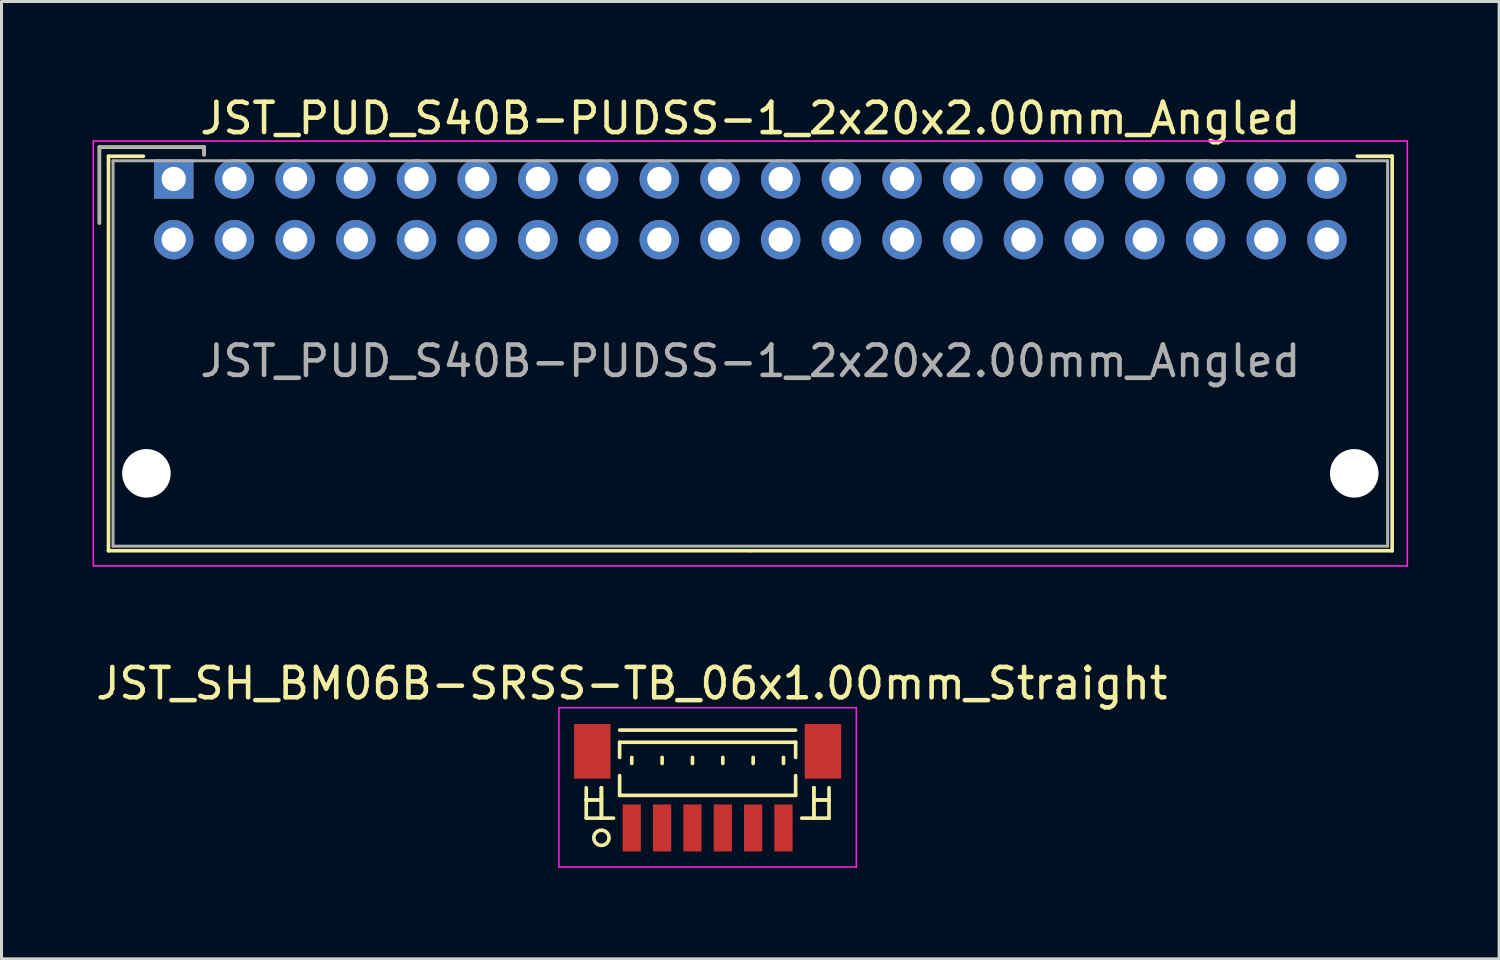
<source format=kicad_pcb>
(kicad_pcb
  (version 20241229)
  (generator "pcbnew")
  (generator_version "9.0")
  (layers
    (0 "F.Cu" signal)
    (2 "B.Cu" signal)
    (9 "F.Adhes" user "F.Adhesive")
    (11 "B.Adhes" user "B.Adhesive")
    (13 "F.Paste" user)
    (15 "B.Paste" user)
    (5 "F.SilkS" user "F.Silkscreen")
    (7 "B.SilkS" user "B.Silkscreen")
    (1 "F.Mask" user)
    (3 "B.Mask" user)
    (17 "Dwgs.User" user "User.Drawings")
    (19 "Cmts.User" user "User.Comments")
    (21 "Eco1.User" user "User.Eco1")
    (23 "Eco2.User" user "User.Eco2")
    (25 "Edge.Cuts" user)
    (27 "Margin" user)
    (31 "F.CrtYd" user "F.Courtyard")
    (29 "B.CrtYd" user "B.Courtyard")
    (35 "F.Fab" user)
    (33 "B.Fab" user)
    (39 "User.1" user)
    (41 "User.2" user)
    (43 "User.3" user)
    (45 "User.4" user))
  (footprint "JST_PUD_S40B-PUDSS-1_2x20x2.00mm_Angled"
    (layer "F.Cu")
    (at 2.675 2.848)
    (property "Reference" "JST_PUD_S40B-PUDSS-1_2x20x2.00mm_Angled" (at 19 -2 0) (layer "F.SilkS") (effects (font (size 1 1) (thickness 0.15))))
    (attr through_hole)
    (fp_line (start -2.45 -1.05) (end -2.45 1.45) (stroke (width 0.12) (type solid)) (layer "F.SilkS"))
    (fp_line (start -2.15 -0.75) (end -2.15 12.25) (stroke (width 0.12) (type solid)) (layer "F.SilkS"))
    (fp_line (start -2.15 12.25) (end 19 12.25) (stroke (width 0.12) (type solid)) (layer "F.SilkS"))
    (fp_line (start -1 -0.75) (end -2.15 -0.75) (stroke (width 0.12) (type solid)) (layer "F.SilkS"))
    (fp_line (start 1 -1.05) (end -2.45 -1.05) (stroke (width 0.12) (type solid)) (layer "F.SilkS"))
    (fp_line (start 1 -0.8) (end 1 -1.05) (stroke (width 0.12) (type solid)) (layer "F.SilkS"))
    (fp_line (start 39 -0.75) (end 40.15 -0.75) (stroke (width 0.12) (type solid)) (layer "F.SilkS"))
    (fp_line (start 40.15 -0.75) (end 40.15 12.25) (stroke (width 0.12) (type solid)) (layer "F.SilkS"))
    (fp_line (start 40.15 12.25) (end 19 12.25) (stroke (width 0.12) (type solid)) (layer "F.SilkS"))
    (fp_line (start -2.65 -1.25) (end -2.65 12.75) (stroke (width 0.05) (type solid)) (layer "F.CrtYd"))
    (fp_line (start -2.65 12.75) (end 40.65 12.75) (stroke (width 0.05) (type solid)) (layer "F.CrtYd"))
    (fp_line (start 40.65 -1.25) (end -2.65 -1.25) (stroke (width 0.05) (type solid)) (layer "F.CrtYd"))
    (fp_line (start 40.65 12.75) (end 40.65 -1.25) (stroke (width 0.05) (type solid)) (layer "F.CrtYd"))
    (fp_line (start -2.45 -1.05) (end -2.45 1.45) (stroke (width 0.1) (type solid)) (layer "F.Fab"))
    (fp_line (start -2 -0.6) (end -2 12.1) (stroke (width 0.1) (type solid)) (layer "F.Fab"))
    (fp_line (start -2 12.1) (end 40 12.1) (stroke (width 0.1) (type solid)) (layer "F.Fab"))
    (fp_line (start 1 -1.05) (end -2.45 -1.05) (stroke (width 0.1) (type solid)) (layer "F.Fab"))
    (fp_line (start 1 -0.8) (end 1 -1.05) (stroke (width 0.1) (type solid)) (layer "F.Fab"))
    (fp_line (start 40 -0.6) (end -2 -0.6) (stroke (width 0.1) (type solid)) (layer "F.Fab"))
    (fp_line (start 40 12.1) (end 40 -0.6) (stroke (width 0.1) (type solid)) (layer "F.Fab"))
    (fp_text user "${REFERENCE}" (at 19 6 0) (layer "F.Fab") (effects (font (size 1 1) (thickness 0.15))))
    (pad "" np_thru_hole circle (at -0.9 9.7) (size 1.6 1.6) (drill 1.6) (layers "*.Cu"))
    (pad "" np_thru_hole circle (at 38.9 9.7) (size 1.6 1.6) (drill 1.6) (layers "*.Cu"))
    (pad "1" thru_hole rect (at 0 0) (size 1.3 1.3) (drill 0.8) (layers "*.Cu" "*.Mask"))
    (pad "2" thru_hole circle (at 0 2) (size 1.3 1.3) (drill 0.8) (layers "*.Cu" "*.Mask"))
    (pad "3" thru_hole circle (at 2 0) (size 1.3 1.3) (drill 0.8) (layers "*.Cu" "*.Mask"))
    (pad "4" thru_hole circle (at 2 2) (size 1.3 1.3) (drill 0.8) (layers "*.Cu" "*.Mask"))
    (pad "5" thru_hole circle (at 4 0) (size 1.3 1.3) (drill 0.8) (layers "*.Cu" "*.Mask"))
    (pad "6" thru_hole circle (at 4 2) (size 1.3 1.3) (drill 0.8) (layers "*.Cu" "*.Mask"))
    (pad "7" thru_hole circle (at 6 0) (size 1.3 1.3) (drill 0.8) (layers "*.Cu" "*.Mask"))
    (pad "8" thru_hole circle (at 6 2) (size 1.3 1.3) (drill 0.8) (layers "*.Cu" "*.Mask"))
    (pad "9" thru_hole circle (at 8 0) (size 1.3 1.3) (drill 0.8) (layers "*.Cu" "*.Mask"))
    (pad "10" thru_hole circle (at 8 2) (size 1.3 1.3) (drill 0.8) (layers "*.Cu" "*.Mask"))
    (pad "11" thru_hole circle (at 10 0) (size 1.3 1.3) (drill 0.8) (layers "*.Cu" "*.Mask"))
    (pad "12" thru_hole circle (at 10 2) (size 1.3 1.3) (drill 0.8) (layers "*.Cu" "*.Mask"))
    (pad "13" thru_hole circle (at 12 0) (size 1.3 1.3) (drill 0.8) (layers "*.Cu" "*.Mask"))
    (pad "14" thru_hole circle (at 12 2) (size 1.3 1.3) (drill 0.8) (layers "*.Cu" "*.Mask"))
    (pad "15" thru_hole circle (at 14 0) (size 1.3 1.3) (drill 0.8) (layers "*.Cu" "*.Mask"))
    (pad "16" thru_hole circle (at 14 2) (size 1.3 1.3) (drill 0.8) (layers "*.Cu" "*.Mask"))
    (pad "17" thru_hole circle (at 16 0) (size 1.3 1.3) (drill 0.8) (layers "*.Cu" "*.Mask"))
    (pad "18" thru_hole circle (at 16 2) (size 1.3 1.3) (drill 0.8) (layers "*.Cu" "*.Mask"))
    (pad "19" thru_hole circle (at 18 0) (size 1.3 1.3) (drill 0.8) (layers "*.Cu" "*.Mask"))
    (pad "20" thru_hole circle (at 18 2) (size 1.3 1.3) (drill 0.8) (layers "*.Cu" "*.Mask"))
    (pad "21" thru_hole circle (at 20 0) (size 1.3 1.3) (drill 0.8) (layers "*.Cu" "*.Mask"))
    (pad "22" thru_hole circle (at 20 2) (size 1.3 1.3) (drill 0.8) (layers "*.Cu" "*.Mask"))
    (pad "23" thru_hole circle (at 22 0) (size 1.3 1.3) (drill 0.8) (layers "*.Cu" "*.Mask"))
    (pad "24" thru_hole circle (at 22 2) (size 1.3 1.3) (drill 0.8) (layers "*.Cu" "*.Mask"))
    (pad "25" thru_hole circle (at 24 0) (size 1.3 1.3) (drill 0.8) (layers "*.Cu" "*.Mask"))
    (pad "26" thru_hole circle (at 24 2) (size 1.3 1.3) (drill 0.8) (layers "*.Cu" "*.Mask"))
    (pad "27" thru_hole circle (at 26 0) (size 1.3 1.3) (drill 0.8) (layers "*.Cu" "*.Mask"))
    (pad "28" thru_hole circle (at 26 2) (size 1.3 1.3) (drill 0.8) (layers "*.Cu" "*.Mask"))
    (pad "29" thru_hole circle (at 28 0) (size 1.3 1.3) (drill 0.8) (layers "*.Cu" "*.Mask"))
    (pad "30" thru_hole circle (at 28 2) (size 1.3 1.3) (drill 0.8) (layers "*.Cu" "*.Mask"))
    (pad "31" thru_hole circle (at 30 0) (size 1.3 1.3) (drill 0.8) (layers "*.Cu" "*.Mask"))
    (pad "32" thru_hole circle (at 30 2) (size 1.3 1.3) (drill 0.8) (layers "*.Cu" "*.Mask"))
    (pad "33" thru_hole circle (at 32 0) (size 1.3 1.3) (drill 0.8) (layers "*.Cu" "*.Mask"))
    (pad "34" thru_hole circle (at 32 2) (size 1.3 1.3) (drill 0.8) (layers "*.Cu" "*.Mask"))
    (pad "35" thru_hole circle (at 34 0) (size 1.3 1.3) (drill 0.8) (layers "*.Cu" "*.Mask"))
    (pad "36" thru_hole circle (at 34 2) (size 1.3 1.3) (drill 0.8) (layers "*.Cu" "*.Mask"))
    (pad "37" thru_hole circle (at 36 0) (size 1.3 1.3) (drill 0.8) (layers "*.Cu" "*.Mask"))
    (pad "38" thru_hole circle (at 36 2) (size 1.3 1.3) (drill 0.8) (layers "*.Cu" "*.Mask"))
    (pad "39" thru_hole circle (at 38 0) (size 1.3 1.3) (drill 0.8) (layers "*.Cu" "*.Mask"))
    (pad "40" thru_hole circle (at 38 2) (size 1.3 1.3) (drill 0.8) (layers "*.Cu" "*.Mask")))
  (footprint "JST_SH_BM06B-SRSS-TB_06x1.00mm_Straight"
    (layer "F.Cu")
    (at 20.268 22.971)
    (property "Reference" "JST_SH_BM06B-SRSS-TB_06x1.00mm_Straight" (at -2.5 -3.5 0) (layer "F.SilkS") (effects (font (size 1 1) (thickness 0.15))))
    (attr smd)
    (fp_line (start -4 -0.062) (end -4 0.938) (stroke (width 0.12) (type solid)) (layer "F.SilkS"))
    (fp_line (start -4 0.338) (end -4 0.338) (stroke (width 0.12) (type solid)) (layer "F.SilkS"))
    (fp_line (start -4 0.338) (end -3.5 0.338) (stroke (width 0.12) (type solid)) (layer "F.SilkS"))
    (fp_line (start -4 0.938) (end -3.1 0.938) (stroke (width 0.12) (type solid)) (layer "F.SilkS"))
    (fp_line (start -3.5 -0.062) (end -3.5 -0.062) (stroke (width 0.12) (type solid)) (layer "F.SilkS"))
    (fp_line (start -3.5 -0.062) (end -3.5 0.938) (stroke (width 0.12) (type solid)) (layer "F.SilkS"))
    (fp_line (start -3.5 0.338) (end -4 0.338) (stroke (width 0.12) (type solid)) (layer "F.SilkS"))
    (fp_line (start -3.5 0.338) (end -3.5 0.338) (stroke (width 0.12) (type solid)) (layer "F.SilkS"))
    (fp_line (start -3.5 0.938) (end -3.5 -0.062) (stroke (width 0.12) (type solid)) (layer "F.SilkS"))
    (fp_line (start -3.5 0.938) (end -3.5 0.938) (stroke (width 0.12) (type solid)) (layer "F.SilkS"))
    (fp_line (start -2.9 -1.962) (end 2.9 -1.962) (stroke (width 0.12) (type solid)) (layer "F.SilkS"))
    (fp_line (start -2.9 -1.562) (end 2.9 -1.562) (stroke (width 0.12) (type solid)) (layer "F.SilkS"))
    (fp_line (start -2.9 -1.062) (end -2.9 -1.562) (stroke (width 0.12) (type solid)) (layer "F.SilkS"))
    (fp_line (start -2.9 -0.463) (end -2.9 0.188) (stroke (width 0.12) (type solid)) (layer "F.SilkS"))
    (fp_line (start -2.9 0.188) (end 2.9 0.188) (stroke (width 0.12) (type solid)) (layer "F.SilkS"))
    (fp_line (start -2.5 -1.062) (end -2.5 -0.863) (stroke (width 0.12) (type solid)) (layer "F.SilkS"))
    (fp_line (start -1.5 -1.062) (end -1.5 -0.863) (stroke (width 0.12) (type solid)) (layer "F.SilkS"))
    (fp_line (start -0.5 -1.062) (end -0.5 -0.863) (stroke (width 0.12) (type solid)) (layer "F.SilkS"))
    (fp_line (start 0.5 -1.062) (end 0.5 -0.863) (stroke (width 0.12) (type solid)) (layer "F.SilkS"))
    (fp_line (start 1.5 -1.062) (end 1.5 -0.863) (stroke (width 0.12) (type solid)) (layer "F.SilkS"))
    (fp_line (start 2.5 -1.062) (end 2.5 -0.863) (stroke (width 0.12) (type solid)) (layer "F.SilkS"))
    (fp_line (start 2.9 -1.562) (end 2.9 -1.062) (stroke (width 0.12) (type solid)) (layer "F.SilkS"))
    (fp_line (start 2.9 0.188) (end 2.9 -0.463) (stroke (width 0.12) (type solid)) (layer "F.SilkS"))
    (fp_line (start 3.5 -0.062) (end 3.5 -0.062) (stroke (width 0.12) (type solid)) (layer "F.SilkS"))
    (fp_line (start 3.5 -0.062) (end 3.5 0.938) (stroke (width 0.12) (type solid)) (layer "F.SilkS"))
    (fp_line (start 3.5 0.338) (end 3.5 0.338) (stroke (width 0.12) (type solid)) (layer "F.SilkS"))
    (fp_line (start 3.5 0.338) (end 4 0.338) (stroke (width 0.12) (type solid)) (layer "F.SilkS"))
    (fp_line (start 3.5 0.938) (end 3.5 -0.062) (stroke (width 0.12) (type solid)) (layer "F.SilkS"))
    (fp_line (start 3.5 0.938) (end 3.5 0.938) (stroke (width 0.12) (type solid)) (layer "F.SilkS"))
    (fp_line (start 4 -0.062) (end 4 0.938) (stroke (width 0.12) (type solid)) (layer "F.SilkS"))
    (fp_line (start 4 0.338) (end 3.5 0.338) (stroke (width 0.12) (type solid)) (layer "F.SilkS"))
    (fp_line (start 4 0.338) (end 4 0.338) (stroke (width 0.12) (type solid)) (layer "F.SilkS"))
    (fp_line (start 4 0.938) (end 3.1 0.938) (stroke (width 0.12) (type solid)) (layer "F.SilkS"))
    (fp_circle (center -3.5 1.587) (end -3.25 1.587) (stroke (width 0.12) (type solid)) (fill no) (layer "F.SilkS"))
    (fp_line (start -4.9 -2.7) (end 4.9 -2.7) (stroke (width 0.05) (type solid)) (layer "F.CrtYd"))
    (fp_line (start -4.9 2.55) (end -4.9 -2.7) (stroke (width 0.05) (type solid)) (layer "F.CrtYd"))
    (fp_line (start 4.9 -2.7) (end 4.9 2.55) (stroke (width 0.05) (type solid)) (layer "F.CrtYd"))
    (fp_line (start 4.9 2.55) (end -4.9 2.55) (stroke (width 0.05) (type solid)) (layer "F.CrtYd"))
    (pad "" smd rect (at -3.8 -1.262) (size 1.2 1.8) (layers "F.Cu" "F.Mask" "F.Paste"))
    (pad "" smd rect (at 3.8 -1.262) (size 1.2 1.8) (layers "F.Cu" "F.Mask" "F.Paste"))
    (pad "1" smd rect (at -2.5 1.262) (size 0.6 1.55) (layers "F.Cu" "F.Mask" "F.Paste"))
    (pad "2" smd rect (at -1.5 1.262) (size 0.6 1.55) (layers "F.Cu" "F.Mask" "F.Paste"))
    (pad "3" smd rect (at -0.5 1.262) (size 0.6 1.55) (layers "F.Cu" "F.Mask" "F.Paste"))
    (pad "4" smd rect (at 0.5 1.262) (size 0.6 1.55) (layers "F.Cu" "F.Mask" "F.Paste"))
    (pad "5" smd rect (at 1.5 1.262) (size 0.6 1.55) (layers "F.Cu" "F.Mask" "F.Paste"))
    (pad "6" smd rect (at 2.5 1.262) (size 0.6 1.55) (layers "F.Cu" "F.Mask" "F.Paste")))
  (gr_rect
    (start -3 -3)
    (end 46.35 28.547)
    (stroke (width 0.1) (type default))
    (fill no)
    (layer "Edge.Cuts")))
</source>
